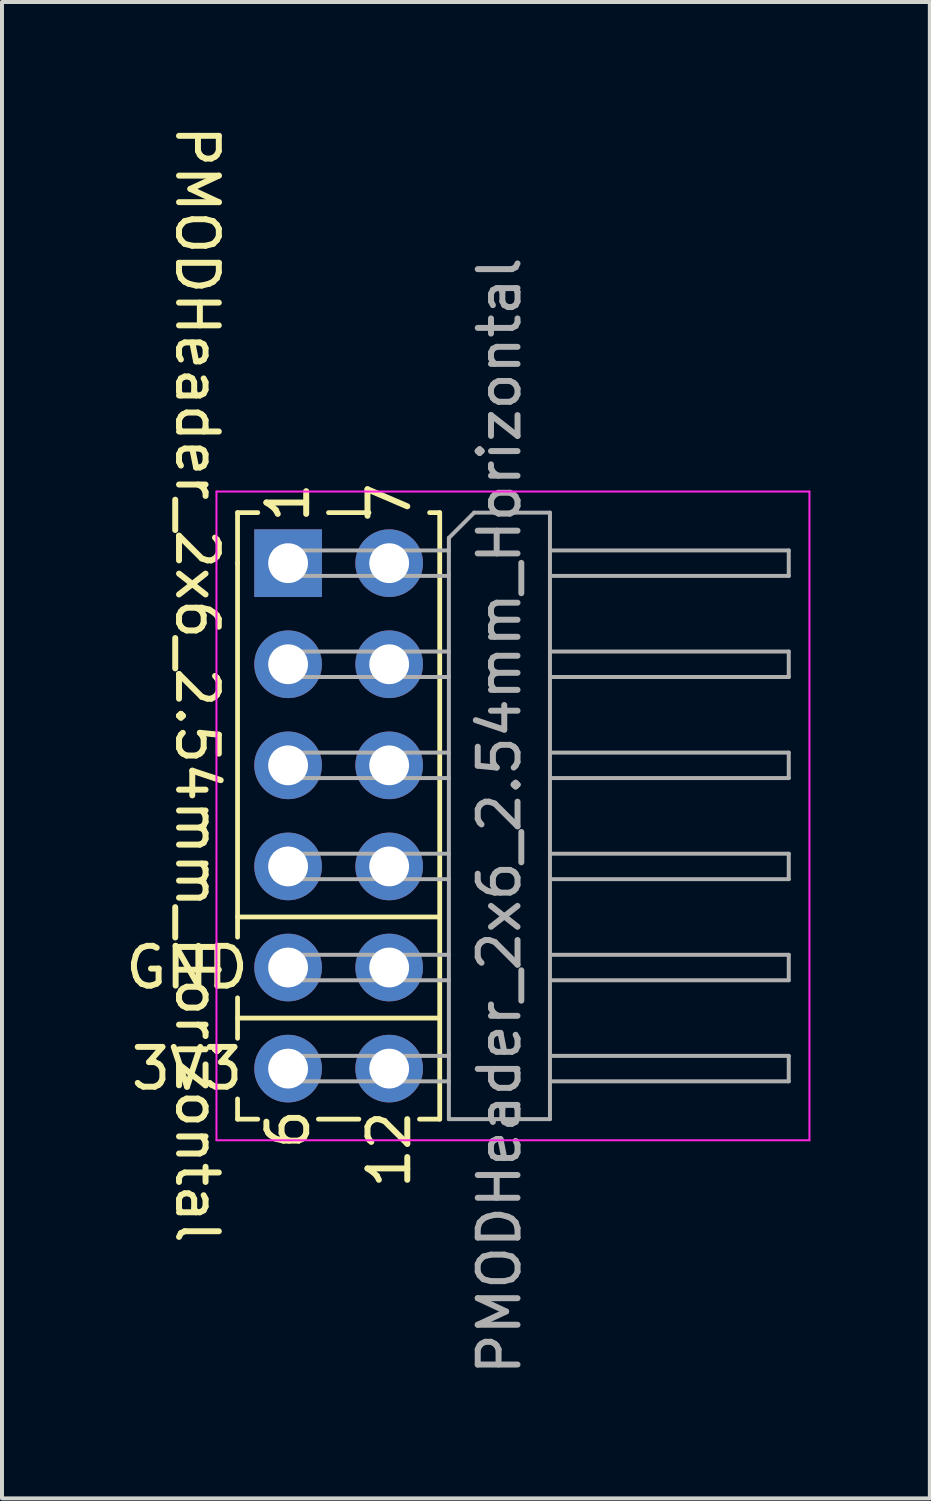
<source format=kicad_pcb>
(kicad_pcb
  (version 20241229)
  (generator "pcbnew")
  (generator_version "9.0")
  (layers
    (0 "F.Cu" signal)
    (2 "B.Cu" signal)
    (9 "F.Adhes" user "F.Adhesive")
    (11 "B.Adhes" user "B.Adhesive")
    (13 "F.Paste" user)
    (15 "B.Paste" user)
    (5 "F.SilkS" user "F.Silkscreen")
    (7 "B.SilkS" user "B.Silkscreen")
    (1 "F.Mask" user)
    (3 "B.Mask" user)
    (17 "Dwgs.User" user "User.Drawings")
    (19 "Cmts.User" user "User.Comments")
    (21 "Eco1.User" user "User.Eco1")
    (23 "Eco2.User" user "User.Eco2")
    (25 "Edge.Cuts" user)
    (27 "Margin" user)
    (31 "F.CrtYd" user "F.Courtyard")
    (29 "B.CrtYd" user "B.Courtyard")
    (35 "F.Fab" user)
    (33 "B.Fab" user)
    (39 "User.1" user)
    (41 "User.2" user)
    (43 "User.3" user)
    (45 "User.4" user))
  (footprint "PMODHeader_2x6_2.54mm_Horizontal"
    (layer "F.Cu")
    (at 4.189 11.101)
    (property "Reference" "PMODHeader_2x6_2.54mm_Horizontal" (at -2.286 3.048 270) (unlocked yes) (layer "F.SilkS") (effects (font (size 1 1) (thickness 0.15))))
    (attr through_hole)
    (fp_line (start -1.27 -1.27) (end -0.762 -1.27) (stroke (width 0.12) (type solid)) (layer "F.SilkS"))
    (fp_line (start -1.27 0) (end -1.27 -1.27) (stroke (width 0.12) (type solid)) (layer "F.SilkS"))
    (fp_line (start -1.27 8.89) (end 3.81 8.89) (stroke (width 0.12) (type solid)) (layer "F.SilkS"))
    (fp_line (start -1.27 9.398) (end -1.27 0) (stroke (width 0.12) (type solid)) (layer "F.SilkS"))
    (fp_line (start -1.27 11.43) (end 3.81 11.43) (stroke (width 0.12) (type solid)) (layer "F.SilkS"))
    (fp_line (start -1.27 11.938) (end -1.27 10.922) (stroke (width 0.12) (type solid)) (layer "F.SilkS"))
    (fp_line (start -1.27 13.97) (end -1.27 13.462) (stroke (width 0.12) (type solid)) (layer "F.SilkS"))
    (fp_line (start -1.27 13.97) (end -0.762 13.97) (stroke (width 0.12) (type solid)) (layer "F.SilkS"))
    (fp_line (start 0.762 13.97) (end 1.778 13.97) (stroke (width 0.12) (type solid)) (layer "F.SilkS"))
    (fp_line (start 1.016 -1.27) (end 2.032 -1.27) (stroke (width 0.12) (type solid)) (layer "F.SilkS"))
    (fp_line (start 3.302 13.97) (end 3.81 13.97) (stroke (width 0.12) (type solid)) (layer "F.SilkS"))
    (fp_line (start 3.556 -1.27) (end 3.81 -1.27) (stroke (width 0.12) (type solid)) (layer "F.SilkS"))
    (fp_line (start 3.81 -1.27) (end 3.81 13.97) (stroke (width 0.12) (type solid)) (layer "F.SilkS"))
    (fp_line (start -1.8 -1.8) (end -1.8 14.5) (stroke (width 0.05) (type solid)) (layer "F.CrtYd"))
    (fp_line (start -1.8 14.5) (end 13.1 14.5) (stroke (width 0.05) (type solid)) (layer "F.CrtYd"))
    (fp_line (start 13.1 -1.8) (end -1.8 -1.8) (stroke (width 0.05) (type solid)) (layer "F.CrtYd"))
    (fp_line (start 13.1 14.5) (end 13.1 -1.8) (stroke (width 0.05) (type solid)) (layer "F.CrtYd"))
    (fp_line (start -0.32 -0.32) (end -0.32 0.32) (stroke (width 0.1) (type solid)) (layer "F.Fab"))
    (fp_line (start -0.32 -0.32) (end 4.04 -0.32) (stroke (width 0.1) (type solid)) (layer "F.Fab"))
    (fp_line (start -0.32 0.32) (end 4.04 0.32) (stroke (width 0.1) (type solid)) (layer "F.Fab"))
    (fp_line (start -0.32 2.22) (end -0.32 2.86) (stroke (width 0.1) (type solid)) (layer "F.Fab"))
    (fp_line (start -0.32 2.22) (end 4.04 2.22) (stroke (width 0.1) (type solid)) (layer "F.Fab"))
    (fp_line (start -0.32 2.86) (end 4.04 2.86) (stroke (width 0.1) (type solid)) (layer "F.Fab"))
    (fp_line (start -0.32 4.76) (end -0.32 5.4) (stroke (width 0.1) (type solid)) (layer "F.Fab"))
    (fp_line (start -0.32 4.76) (end 4.04 4.76) (stroke (width 0.1) (type solid)) (layer "F.Fab"))
    (fp_line (start -0.32 5.4) (end 4.04 5.4) (stroke (width 0.1) (type solid)) (layer "F.Fab"))
    (fp_line (start -0.32 7.3) (end -0.32 7.94) (stroke (width 0.1) (type solid)) (layer "F.Fab"))
    (fp_line (start -0.32 7.3) (end 4.04 7.3) (stroke (width 0.1) (type solid)) (layer "F.Fab"))
    (fp_line (start -0.32 7.94) (end 4.04 7.94) (stroke (width 0.1) (type solid)) (layer "F.Fab"))
    (fp_line (start -0.32 9.84) (end -0.32 10.48) (stroke (width 0.1) (type solid)) (layer "F.Fab"))
    (fp_line (start -0.32 9.84) (end 4.04 9.84) (stroke (width 0.1) (type solid)) (layer "F.Fab"))
    (fp_line (start -0.32 10.48) (end 4.04 10.48) (stroke (width 0.1) (type solid)) (layer "F.Fab"))
    (fp_line (start -0.32 12.38) (end -0.32 13.02) (stroke (width 0.1) (type solid)) (layer "F.Fab"))
    (fp_line (start -0.32 12.38) (end 4.04 12.38) (stroke (width 0.1) (type solid)) (layer "F.Fab"))
    (fp_line (start -0.32 13.02) (end 4.04 13.02) (stroke (width 0.1) (type solid)) (layer "F.Fab"))
    (fp_line (start 4.04 -0.635) (end 4.675 -1.27) (stroke (width 0.1) (type solid)) (layer "F.Fab"))
    (fp_line (start 4.04 13.97) (end 4.04 -0.635) (stroke (width 0.1) (type solid)) (layer "F.Fab"))
    (fp_line (start 4.675 -1.27) (end 6.58 -1.27) (stroke (width 0.1) (type solid)) (layer "F.Fab"))
    (fp_line (start 6.58 -1.27) (end 6.58 13.97) (stroke (width 0.1) (type solid)) (layer "F.Fab"))
    (fp_line (start 6.58 -0.32) (end 12.58 -0.32) (stroke (width 0.1) (type solid)) (layer "F.Fab"))
    (fp_line (start 6.58 0.32) (end 12.58 0.32) (stroke (width 0.1) (type solid)) (layer "F.Fab"))
    (fp_line (start 6.58 2.22) (end 12.58 2.22) (stroke (width 0.1) (type solid)) (layer "F.Fab"))
    (fp_line (start 6.58 2.86) (end 12.58 2.86) (stroke (width 0.1) (type solid)) (layer "F.Fab"))
    (fp_line (start 6.58 4.76) (end 12.58 4.76) (stroke (width 0.1) (type solid)) (layer "F.Fab"))
    (fp_line (start 6.58 5.4) (end 12.58 5.4) (stroke (width 0.1) (type solid)) (layer "F.Fab"))
    (fp_line (start 6.58 7.3) (end 12.58 7.3) (stroke (width 0.1) (type solid)) (layer "F.Fab"))
    (fp_line (start 6.58 7.94) (end 12.58 7.94) (stroke (width 0.1) (type solid)) (layer "F.Fab"))
    (fp_line (start 6.58 9.84) (end 12.58 9.84) (stroke (width 0.1) (type solid)) (layer "F.Fab"))
    (fp_line (start 6.58 10.48) (end 12.58 10.48) (stroke (width 0.1) (type solid)) (layer "F.Fab"))
    (fp_line (start 6.58 12.38) (end 12.58 12.38) (stroke (width 0.1) (type solid)) (layer "F.Fab"))
    (fp_line (start 6.58 13.02) (end 12.58 13.02) (stroke (width 0.1) (type solid)) (layer "F.Fab"))
    (fp_line (start 6.58 13.97) (end 4.04 13.97) (stroke (width 0.1) (type solid)) (layer "F.Fab"))
    (fp_line (start 12.58 -0.32) (end 12.58 0.32) (stroke (width 0.1) (type solid)) (layer "F.Fab"))
    (fp_line (start 12.58 2.22) (end 12.58 2.86) (stroke (width 0.1) (type solid)) (layer "F.Fab"))
    (fp_line (start 12.58 4.76) (end 12.58 5.4) (stroke (width 0.1) (type solid)) (layer "F.Fab"))
    (fp_line (start 12.58 7.3) (end 12.58 7.94) (stroke (width 0.1) (type solid)) (layer "F.Fab"))
    (fp_line (start 12.58 9.84) (end 12.58 10.48) (stroke (width 0.1) (type solid)) (layer "F.Fab"))
    (fp_line (start 12.58 12.38) (end 12.58 13.02) (stroke (width 0.1) (type solid)) (layer "F.Fab"))
    (fp_text user "7" (at 2.54 -1.524 270) (layer "F.SilkS") (effects (font (size 1 1) (thickness 0.15))))
    (fp_text user "3V3" (at -2.54 12.7 0) (layer "F.SilkS") (effects (font (size 1 1) (thickness 0.15))))
    (fp_text user "1" (at 0 -1.524 270) (layer "F.SilkS") (effects (font (size 1 1) (thickness 0.15))))
    (fp_text user "6" (at 0 14.224 270) (layer "F.SilkS") (effects (font (size 1 1) (thickness 0.15))))
    (fp_text user "12" (at 2.54 14.732 270) (layer "F.SilkS") (effects (font (size 1 1) (thickness 0.15))))
    (fp_text user "GND" (at -2.54 10.16 0) (layer "F.SilkS") (effects (font (size 1 1) (thickness 0.15))))
    (fp_text user "${REFERENCE}" (at 5.31 6.35 90) (layer "F.Fab") (effects (font (size 1 1) (thickness 0.15))))
    (pad "1" thru_hole rect (at 0 0) (size 1.7 1.7) (drill 1) (layers "*.Cu" "*.Mask"))
    (pad "2" thru_hole oval (at 0 2.54) (size 1.7 1.7) (drill 1) (layers "*.Cu" "*.Mask"))
    (pad "3" thru_hole oval (at 0 5.08) (size 1.7 1.7) (drill 1) (layers "*.Cu" "*.Mask"))
    (pad "4" thru_hole oval (at 0 7.62) (size 1.7 1.7) (drill 1) (layers "*.Cu" "*.Mask"))
    (pad "5" thru_hole oval (at 0 10.16) (size 1.7 1.7) (drill 1) (layers "*.Cu" "*.Mask"))
    (pad "6" thru_hole oval (at 0 12.7) (size 1.7 1.7) (drill 1) (layers "*.Cu" "*.Mask"))
    (pad "7" thru_hole oval (at 2.54 0) (size 1.7 1.7) (drill 1) (layers "*.Cu" "*.Mask"))
    (pad "8" thru_hole oval (at 2.54 2.54) (size 1.7 1.7) (drill 1) (layers "*.Cu" "*.Mask"))
    (pad "9" thru_hole oval (at 2.54 5.08) (size 1.7 1.7) (drill 1) (layers "*.Cu" "*.Mask"))
    (pad "10" thru_hole oval (at 2.54 7.62) (size 1.7 1.7) (drill 1) (layers "*.Cu" "*.Mask"))
    (pad "11" thru_hole oval (at 2.54 10.16) (size 1.7 1.7) (drill 1) (layers "*.Cu" "*.Mask"))
    (pad "12" thru_hole oval (at 2.54 12.7) (size 1.7 1.7) (drill 1) (layers "*.Cu" "*.Mask")))
  (gr_rect
    (start -3 -3)
    (end 20.314 34.6)
    (stroke (width 0.1) (type default))
    (fill no)
    (layer "Edge.Cuts")))
</source>
